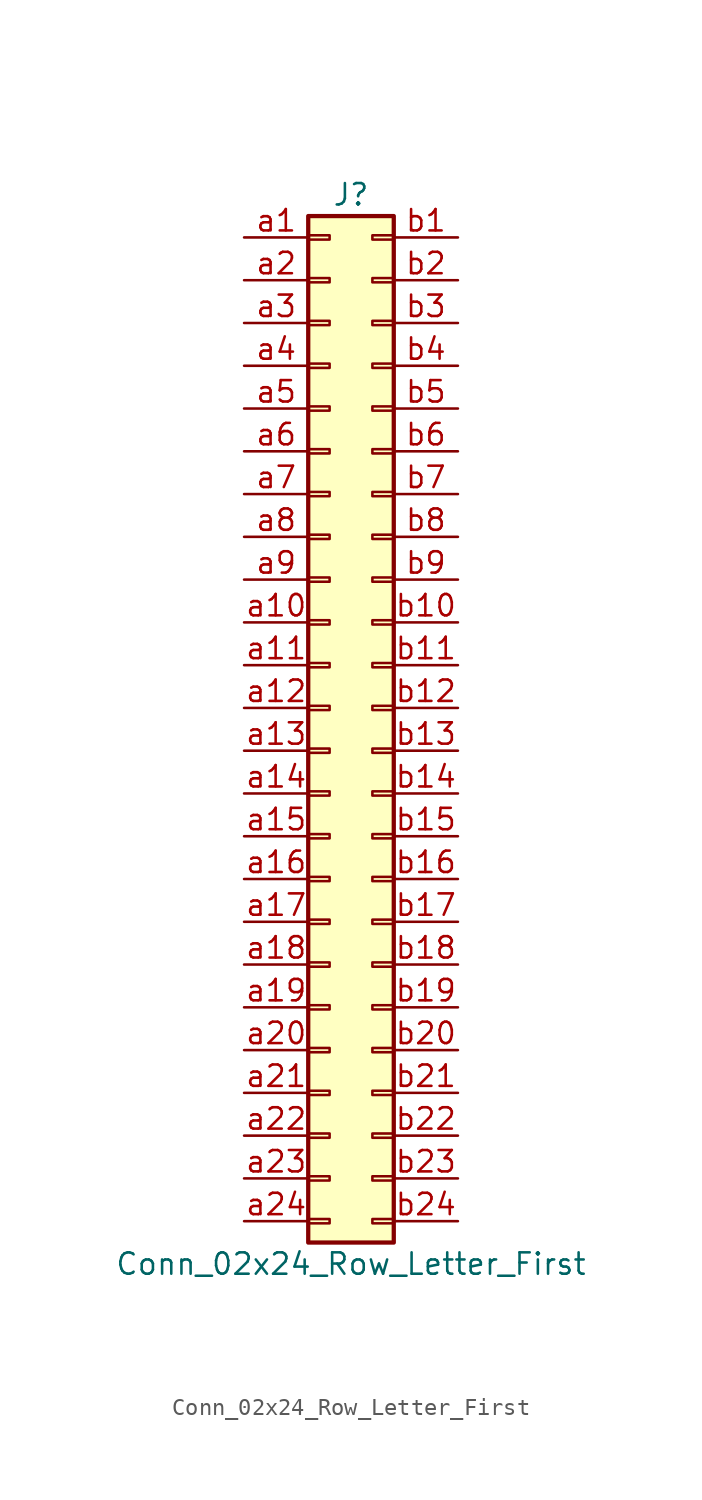
<source format=kicad_sym>
(kicad_symbol_lib
  (version 20201005)
  (generator kicad_symbol_editor)
  (symbol "Conn_02x24_Row_Letter_First"
    (pin_names
      (offset 1.016) hide)
    (property "Reference" "J"
      (at 1.27 30.48 0)
      (effects (font (size 1.27 1.27))))
    (property "Value" "Conn_02x24_Row_Letter_First"
      (at 1.27 -33.02 0)
      (effects (font (size 1.27 1.27))))
    (symbol "Conn_02x24_Row_Letter_First_1_1"
      (rectangle (start -1.27 -30.353) (end 0 -30.607) (stroke (width 0.152)) (fill (type none)))
      (rectangle (start -1.27 -27.813) (end 0 -28.067) (stroke (width 0.152)) (fill (type none)))
      (rectangle (start -1.27 -25.273) (end 0 -25.527) (stroke (width 0.152)) (fill (type none)))
      (rectangle (start -1.27 -22.733) (end 0 -22.987) (stroke (width 0.152)) (fill (type none)))
      (rectangle (start -1.27 -20.193) (end 0 -20.447) (stroke (width 0.152)) (fill (type none)))
      (rectangle (start -1.27 -17.653) (end 0 -17.907) (stroke (width 0.152)) (fill (type none)))
      (rectangle (start -1.27 -15.113) (end 0 -15.367) (stroke (width 0.152)) (fill (type none)))
      (rectangle (start -1.27 -12.573) (end 0 -12.827) (stroke (width 0.152)) (fill (type none)))
      (rectangle (start -1.27 -10.033) (end 0 -10.287) (stroke (width 0.152)) (fill (type none)))
      (rectangle (start -1.27 -7.493) (end 0 -7.747) (stroke (width 0.152)) (fill (type none)))
      (rectangle (start -1.27 -4.953) (end 0 -5.207) (stroke (width 0.152)) (fill (type none)))
      (rectangle (start -1.27 -2.413) (end 0 -2.667) (stroke (width 0.152)) (fill (type none)))
      (rectangle (start -1.27 0.127) (end 0 -0.127) (stroke (width 0.152)) (fill (type none)))
      (rectangle (start -1.27 2.667) (end 0 2.413) (stroke (width 0.152)) (fill (type none)))
      (rectangle (start -1.27 5.207) (end 0 4.953) (stroke (width 0.152)) (fill (type none)))
      (rectangle (start -1.27 7.747) (end 0 7.493) (stroke (width 0.152)) (fill (type none)))
      (rectangle (start -1.27 10.287) (end 0 10.033) (stroke (width 0.152)) (fill (type none)))
      (rectangle (start -1.27 12.827) (end 0 12.573) (stroke (width 0.152)) (fill (type none)))
      (rectangle (start -1.27 15.367) (end 0 15.113) (stroke (width 0.152)) (fill (type none)))
      (rectangle (start -1.27 17.907) (end 0 17.653) (stroke (width 0.152)) (fill (type none)))
      (rectangle (start -1.27 20.447) (end 0 20.193) (stroke (width 0.152)) (fill (type none)))
      (rectangle (start -1.27 22.987) (end 0 22.733) (stroke (width 0.152)) (fill (type none)))
      (rectangle (start -1.27 25.527) (end 0 25.273) (stroke (width 0.152)) (fill (type none)))
      (rectangle (start -1.27 28.067) (end 0 27.813) (stroke (width 0.152)) (fill (type none)))
      (rectangle (start 3.81 -30.353) (end 2.54 -30.607) (stroke (width 0.152)) (fill (type none)))
      (rectangle (start 3.81 -27.813) (end 2.54 -28.067) (stroke (width 0.152)) (fill (type none)))
      (rectangle (start 3.81 -25.273) (end 2.54 -25.527) (stroke (width 0.152)) (fill (type none)))
      (rectangle (start 3.81 -22.733) (end 2.54 -22.987) (stroke (width 0.152)) (fill (type none)))
      (rectangle (start 3.81 -20.193) (end 2.54 -20.447) (stroke (width 0.152)) (fill (type none)))
      (rectangle (start 3.81 -17.653) (end 2.54 -17.907) (stroke (width 0.152)) (fill (type none)))
      (rectangle (start 3.81 -15.113) (end 2.54 -15.367) (stroke (width 0.152)) (fill (type none)))
      (rectangle (start 3.81 -12.573) (end 2.54 -12.827) (stroke (width 0.152)) (fill (type none)))
      (rectangle (start 3.81 -10.033) (end 2.54 -10.287) (stroke (width 0.152)) (fill (type none)))
      (rectangle (start 3.81 -7.493) (end 2.54 -7.747) (stroke (width 0.152)) (fill (type none)))
      (rectangle (start 3.81 -4.953) (end 2.54 -5.207) (stroke (width 0.152)) (fill (type none)))
      (rectangle (start 3.81 -2.413) (end 2.54 -2.667) (stroke (width 0.152)) (fill (type none)))
      (rectangle (start 3.81 0.127) (end 2.54 -0.127) (stroke (width 0.152)) (fill (type none)))
      (rectangle (start 3.81 2.667) (end 2.54 2.413) (stroke (width 0.152)) (fill (type none)))
      (rectangle (start 3.81 5.207) (end 2.54 4.953) (stroke (width 0.152)) (fill (type none)))
      (rectangle (start 3.81 7.747) (end 2.54 7.493) (stroke (width 0.152)) (fill (type none)))
      (rectangle (start 3.81 10.287) (end 2.54 10.033) (stroke (width 0.152)) (fill (type none)))
      (rectangle (start 3.81 12.827) (end 2.54 12.573) (stroke (width 0.152)) (fill (type none)))
      (rectangle (start 3.81 15.367) (end 2.54 15.113) (stroke (width 0.152)) (fill (type none)))
      (rectangle (start 3.81 17.907) (end 2.54 17.653) (stroke (width 0.152)) (fill (type none)))
      (rectangle (start 3.81 20.447) (end 2.54 20.193) (stroke (width 0.152)) (fill (type none)))
      (rectangle (start 3.81 22.987) (end 2.54 22.733) (stroke (width 0.152)) (fill (type none)))
      (rectangle (start 3.81 25.527) (end 2.54 25.273) (stroke (width 0.152)) (fill (type none)))
      (rectangle (start 3.81 28.067) (end 2.54 27.813) (stroke (width 0.152)) (fill (type none)))
      (rectangle (start -1.27 29.21) (end 3.81 -31.75) (stroke (width 0.254)) (fill (type background)))
      (pin passive line (at -5.08 27.94 0) (length 3.81) (name "Pin_a1" (effects (font (size 1.27 1.27)))) (number "a1" (effects (font (size 1.27 1.27)))))
      (pin passive line (at -5.08 5.08 0) (length 3.81) (name "Pin_a10" (effects (font (size 1.27 1.27)))) (number "a10" (effects (font (size 1.27 1.27)))))
      (pin passive line (at -5.08 2.54 0) (length 3.81) (name "Pin_a11" (effects (font (size 1.27 1.27)))) (number "a11" (effects (font (size 1.27 1.27)))))
      (pin passive line (at -5.08 0 0) (length 3.81) (name "Pin_a12" (effects (font (size 1.27 1.27)))) (number "a12" (effects (font (size 1.27 1.27)))))
      (pin passive line (at -5.08 -2.54 0) (length 3.81) (name "Pin_a13" (effects (font (size 1.27 1.27)))) (number "a13" (effects (font (size 1.27 1.27)))))
      (pin passive line (at -5.08 -5.08 0) (length 3.81) (name "Pin_a14" (effects (font (size 1.27 1.27)))) (number "a14" (effects (font (size 1.27 1.27)))))
      (pin passive line (at -5.08 -7.62 0) (length 3.81) (name "Pin_a15" (effects (font (size 1.27 1.27)))) (number "a15" (effects (font (size 1.27 1.27)))))
      (pin passive line (at -5.08 -10.16 0) (length 3.81) (name "Pin_a16" (effects (font (size 1.27 1.27)))) (number "a16" (effects (font (size 1.27 1.27)))))
      (pin passive line (at -5.08 -12.7 0) (length 3.81) (name "Pin_a17" (effects (font (size 1.27 1.27)))) (number "a17" (effects (font (size 1.27 1.27)))))
      (pin passive line (at -5.08 -15.24 0) (length 3.81) (name "Pin_a18" (effects (font (size 1.27 1.27)))) (number "a18" (effects (font (size 1.27 1.27)))))
      (pin passive line (at -5.08 -17.78 0) (length 3.81) (name "Pin_a19" (effects (font (size 1.27 1.27)))) (number "a19" (effects (font (size 1.27 1.27)))))
      (pin passive line (at -5.08 25.4 0) (length 3.81) (name "Pin_a2" (effects (font (size 1.27 1.27)))) (number "a2" (effects (font (size 1.27 1.27)))))
      (pin passive line (at -5.08 -20.32 0) (length 3.81) (name "Pin_a20" (effects (font (size 1.27 1.27)))) (number "a20" (effects (font (size 1.27 1.27)))))
      (pin passive line (at -5.08 -22.86 0) (length 3.81) (name "Pin_a21" (effects (font (size 1.27 1.27)))) (number "a21" (effects (font (size 1.27 1.27)))))
      (pin passive line (at -5.08 -25.4 0) (length 3.81) (name "Pin_a22" (effects (font (size 1.27 1.27)))) (number "a22" (effects (font (size 1.27 1.27)))))
      (pin passive line (at -5.08 -27.94 0) (length 3.81) (name "Pin_a23" (effects (font (size 1.27 1.27)))) (number "a23" (effects (font (size 1.27 1.27)))))
      (pin passive line (at -5.08 -30.48 0) (length 3.81) (name "Pin_a24" (effects (font (size 1.27 1.27)))) (number "a24" (effects (font (size 1.27 1.27)))))
      (pin passive line (at -5.08 22.86 0) (length 3.81) (name "Pin_a3" (effects (font (size 1.27 1.27)))) (number "a3" (effects (font (size 1.27 1.27)))))
      (pin passive line (at -5.08 20.32 0) (length 3.81) (name "Pin_a4" (effects (font (size 1.27 1.27)))) (number "a4" (effects (font (size 1.27 1.27)))))
      (pin passive line (at -5.08 17.78 0) (length 3.81) (name "Pin_a5" (effects (font (size 1.27 1.27)))) (number "a5" (effects (font (size 1.27 1.27)))))
      (pin passive line (at -5.08 15.24 0) (length 3.81) (name "Pin_a6" (effects (font (size 1.27 1.27)))) (number "a6" (effects (font (size 1.27 1.27)))))
      (pin passive line (at -5.08 12.7 0) (length 3.81) (name "Pin_a7" (effects (font (size 1.27 1.27)))) (number "a7" (effects (font (size 1.27 1.27)))))
      (pin passive line (at -5.08 10.16 0) (length 3.81) (name "Pin_a8" (effects (font (size 1.27 1.27)))) (number "a8" (effects (font (size 1.27 1.27)))))
      (pin passive line (at -5.08 7.62 0) (length 3.81) (name "Pin_a9" (effects (font (size 1.27 1.27)))) (number "a9" (effects (font (size 1.27 1.27)))))
      (pin passive line (at 7.62 27.94 180) (length 3.81) (name "Pin_b1" (effects (font (size 1.27 1.27)))) (number "b1" (effects (font (size 1.27 1.27)))))
      (pin passive line (at 7.62 5.08 180) (length 3.81) (name "Pin_b10" (effects (font (size 1.27 1.27)))) (number "b10" (effects (font (size 1.27 1.27)))))
      (pin passive line (at 7.62 2.54 180) (length 3.81) (name "Pin_b11" (effects (font (size 1.27 1.27)))) (number "b11" (effects (font (size 1.27 1.27)))))
      (pin passive line (at 7.62 0 180) (length 3.81) (name "Pin_b12" (effects (font (size 1.27 1.27)))) (number "b12" (effects (font (size 1.27 1.27)))))
      (pin passive line (at 7.62 -2.54 180) (length 3.81) (name "Pin_b13" (effects (font (size 1.27 1.27)))) (number "b13" (effects (font (size 1.27 1.27)))))
      (pin passive line (at 7.62 -5.08 180) (length 3.81) (name "Pin_b14" (effects (font (size 1.27 1.27)))) (number "b14" (effects (font (size 1.27 1.27)))))
      (pin passive line (at 7.62 -7.62 180) (length 3.81) (name "Pin_b15" (effects (font (size 1.27 1.27)))) (number "b15" (effects (font (size 1.27 1.27)))))
      (pin passive line (at 7.62 -10.16 180) (length 3.81) (name "Pin_b16" (effects (font (size 1.27 1.27)))) (number "b16" (effects (font (size 1.27 1.27)))))
      (pin passive line (at 7.62 -12.7 180) (length 3.81) (name "Pin_b17" (effects (font (size 1.27 1.27)))) (number "b17" (effects (font (size 1.27 1.27)))))
      (pin passive line (at 7.62 -15.24 180) (length 3.81) (name "Pin_b18" (effects (font (size 1.27 1.27)))) (number "b18" (effects (font (size 1.27 1.27)))))
      (pin passive line (at 7.62 -17.78 180) (length 3.81) (name "Pin_b19" (effects (font (size 1.27 1.27)))) (number "b19" (effects (font (size 1.27 1.27)))))
      (pin passive line (at 7.62 25.4 180) (length 3.81) (name "Pin_b2" (effects (font (size 1.27 1.27)))) (number "b2" (effects (font (size 1.27 1.27)))))
      (pin passive line (at 7.62 -20.32 180) (length 3.81) (name "Pin_b20" (effects (font (size 1.27 1.27)))) (number "b20" (effects (font (size 1.27 1.27)))))
      (pin passive line (at 7.62 -22.86 180) (length 3.81) (name "Pin_b21" (effects (font (size 1.27 1.27)))) (number "b21" (effects (font (size 1.27 1.27)))))
      (pin passive line (at 7.62 -25.4 180) (length 3.81) (name "Pin_b22" (effects (font (size 1.27 1.27)))) (number "b22" (effects (font (size 1.27 1.27)))))
      (pin passive line (at 7.62 -27.94 180) (length 3.81) (name "Pin_b23" (effects (font (size 1.27 1.27)))) (number "b23" (effects (font (size 1.27 1.27)))))
      (pin passive line (at 7.62 -30.48 180) (length 3.81) (name "Pin_b24" (effects (font (size 1.27 1.27)))) (number "b24" (effects (font (size 1.27 1.27)))))
      (pin passive line (at 7.62 22.86 180) (length 3.81) (name "Pin_b3" (effects (font (size 1.27 1.27)))) (number "b3" (effects (font (size 1.27 1.27)))))
      (pin passive line (at 7.62 20.32 180) (length 3.81) (name "Pin_b4" (effects (font (size 1.27 1.27)))) (number "b4" (effects (font (size 1.27 1.27)))))
      (pin passive line (at 7.62 17.78 180) (length 3.81) (name "Pin_b5" (effects (font (size 1.27 1.27)))) (number "b5" (effects (font (size 1.27 1.27)))))
      (pin passive line (at 7.62 15.24 180) (length 3.81) (name "Pin_b6" (effects (font (size 1.27 1.27)))) (number "b6" (effects (font (size 1.27 1.27)))))
      (pin passive line (at 7.62 12.7 180) (length 3.81) (name "Pin_b7" (effects (font (size 1.27 1.27)))) (number "b7" (effects (font (size 1.27 1.27)))))
      (pin passive line (at 7.62 10.16 180) (length 3.81) (name "Pin_b8" (effects (font (size 1.27 1.27)))) (number "b8" (effects (font (size 1.27 1.27)))))
      (pin passive line (at 7.62 7.62 180) (length 3.81) (name "Pin_b9" (effects (font (size 1.27 1.27)))) (number "b9" (effects (font (size 1.27 1.27))))))))
</source>
